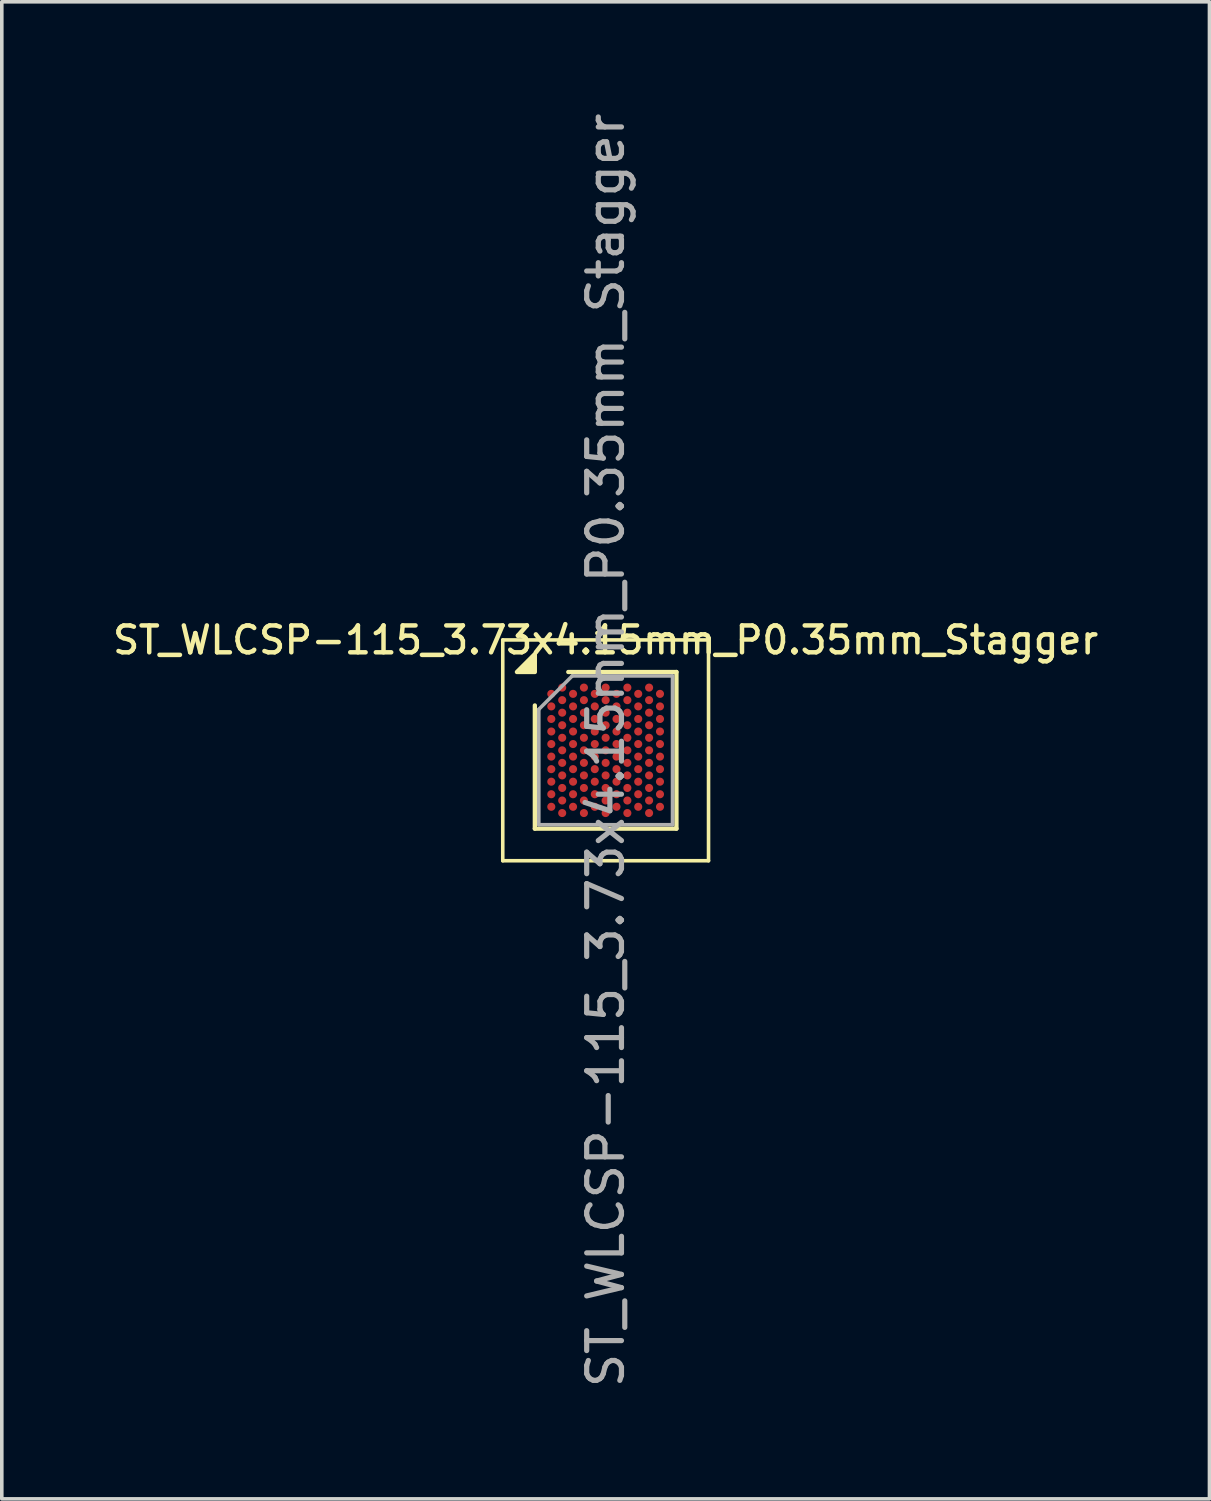
<source format=kicad_pcb>
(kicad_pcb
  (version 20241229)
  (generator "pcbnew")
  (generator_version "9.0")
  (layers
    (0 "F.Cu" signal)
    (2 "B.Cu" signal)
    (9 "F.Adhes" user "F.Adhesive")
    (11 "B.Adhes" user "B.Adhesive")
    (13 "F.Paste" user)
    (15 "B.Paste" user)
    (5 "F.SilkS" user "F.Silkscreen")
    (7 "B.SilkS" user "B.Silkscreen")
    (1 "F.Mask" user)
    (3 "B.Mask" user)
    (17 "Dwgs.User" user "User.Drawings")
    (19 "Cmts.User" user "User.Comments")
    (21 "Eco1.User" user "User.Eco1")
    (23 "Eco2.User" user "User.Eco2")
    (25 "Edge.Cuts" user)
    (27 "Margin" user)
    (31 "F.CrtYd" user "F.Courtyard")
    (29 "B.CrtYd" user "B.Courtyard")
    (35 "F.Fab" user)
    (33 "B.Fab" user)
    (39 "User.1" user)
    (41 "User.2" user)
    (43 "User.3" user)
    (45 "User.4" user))
  (footprint "ST_WLCSP-115_3.73x4.15mm_P0.35mm_Stagger"
    (layer "F.Cu")
    (at 13.845 17.881)
    (property "Reference" "ST_WLCSP-115_3.73x4.15mm_P0.35mm_Stagger" (at 0 -3.075 0) (layer "F.SilkS") (effects (font (size 0.75 0.75) (thickness 0.125))))
    (attr smd)
    (fp_line (start -2.87 -3.08) (end -2.87 3.08) (stroke (width 0.1) (type solid)) (layer "F.SilkS"))
    (fp_line (start -2.87 3.08) (end 2.87 3.08) (stroke (width 0.1) (type solid)) (layer "F.SilkS"))
    (fp_line (start -1.975 2.185) (end -1.975 -1.252) (stroke (width 0.12) (type solid)) (layer "F.SilkS"))
    (fp_line (start -1.042 -2.185) (end 1.975 -2.185) (stroke (width 0.12) (type solid)) (layer "F.SilkS"))
    (fp_line (start 1.975 -2.185) (end 1.975 2.185) (stroke (width 0.12) (type solid)) (layer "F.SilkS"))
    (fp_line (start 1.975 2.185) (end -1.975 2.185) (stroke (width 0.12) (type solid)) (layer "F.SilkS"))
    (fp_line (start 2.87 -3.08) (end -2.87 -3.08) (stroke (width 0.1) (type solid)) (layer "F.SilkS"))
    (fp_line (start 2.87 3.08) (end 2.87 -3.08) (stroke (width 0.1) (type solid)) (layer "F.SilkS"))
    (fp_poly (pts (xy -1.975 -2.185) (xy -2.475 -2.185) (xy -1.975 -2.685) (xy -1.975 -2.185)) (stroke (width 0.12) (type solid)) (fill yes) (layer "F.SilkS"))
    (fp_line (start -1.865 -1.143) (end -0.932 -2.075) (stroke (width 0.1) (type solid)) (layer "F.Fab"))
    (fp_line (start -1.865 2.075) (end -1.865 -1.143) (stroke (width 0.1) (type solid)) (layer "F.Fab"))
    (fp_line (start -0.932 -2.075) (end 1.865 -2.075) (stroke (width 0.1) (type solid)) (layer "F.Fab"))
    (fp_line (start 1.865 -2.075) (end 1.865 2.075) (stroke (width 0.1) (type solid)) (layer "F.Fab"))
    (fp_line (start 1.865 2.075) (end -1.865 2.075) (stroke (width 0.1) (type solid)) (layer "F.Fab"))
    (fp_text user "${REFERENCE}" (at 0 0 270) (layer "F.Fab") (effects (font (size 0.97 0.97) (thickness 0.145))))
    (pad "A2" smd circle (at -1.212 -1.75) (size 0.225 0.225) (property pad_prop_bga) (layers "F.Cu" "F.Mask" "F.Paste"))
    (pad "A4" smd circle (at -0.606 -1.75) (size 0.225 0.225) (property pad_prop_bga) (layers "F.Cu" "F.Mask" "F.Paste"))
    (pad "A6" smd circle (at 0 -1.75) (size 0.225 0.225) (property pad_prop_bga) (layers "F.Cu" "F.Mask" "F.Paste"))
    (pad "A8" smd circle (at 0.606 -1.75) (size 0.225 0.225) (property pad_prop_bga) (layers "F.Cu" "F.Mask" "F.Paste"))
    (pad "A10" smd circle (at 1.212 -1.75) (size 0.225 0.225) (property pad_prop_bga) (layers "F.Cu" "F.Mask" "F.Paste"))
    (pad "AA2" smd circle (at -1.212 1.75) (size 0.225 0.225) (property pad_prop_bga) (layers "F.Cu" "F.Mask" "F.Paste"))
    (pad "AA4" smd circle (at -0.606 1.75) (size 0.225 0.225) (property pad_prop_bga) (layers "F.Cu" "F.Mask" "F.Paste"))
    (pad "AA6" smd circle (at 0 1.75) (size 0.225 0.225) (property pad_prop_bga) (layers "F.Cu" "F.Mask" "F.Paste"))
    (pad "AA8" smd circle (at 0.606 1.75) (size 0.225 0.225) (property pad_prop_bga) (layers "F.Cu" "F.Mask" "F.Paste"))
    (pad "AA10" smd circle (at 1.212 1.75) (size 0.225 0.225) (property pad_prop_bga) (layers "F.Cu" "F.Mask" "F.Paste"))
    (pad "B1" smd circle (at -1.516 -1.575) (size 0.225 0.225) (property pad_prop_bga) (layers "F.Cu" "F.Mask" "F.Paste"))
    (pad "B3" smd circle (at -0.909 -1.575) (size 0.225 0.225) (property pad_prop_bga) (layers "F.Cu" "F.Mask" "F.Paste"))
    (pad "B5" smd circle (at -0.303 -1.575) (size 0.225 0.225) (property pad_prop_bga) (layers "F.Cu" "F.Mask" "F.Paste"))
    (pad "B7" smd circle (at 0.303 -1.575) (size 0.225 0.225) (property pad_prop_bga) (layers "F.Cu" "F.Mask" "F.Paste"))
    (pad "B9" smd circle (at 0.909 -1.575) (size 0.225 0.225) (property pad_prop_bga) (layers "F.Cu" "F.Mask" "F.Paste"))
    (pad "B11" smd circle (at 1.516 -1.575) (size 0.225 0.225) (property pad_prop_bga) (layers "F.Cu" "F.Mask" "F.Paste"))
    (pad "C2" smd circle (at -1.212 -1.4) (size 0.225 0.225) (property pad_prop_bga) (layers "F.Cu" "F.Mask" "F.Paste"))
    (pad "C4" smd circle (at -0.606 -1.4) (size 0.225 0.225) (property pad_prop_bga) (layers "F.Cu" "F.Mask" "F.Paste"))
    (pad "C6" smd circle (at 0 -1.4) (size 0.225 0.225) (property pad_prop_bga) (layers "F.Cu" "F.Mask" "F.Paste"))
    (pad "C8" smd circle (at 0.606 -1.4) (size 0.225 0.225) (property pad_prop_bga) (layers "F.Cu" "F.Mask" "F.Paste"))
    (pad "C10" smd circle (at 1.212 -1.4) (size 0.225 0.225) (property pad_prop_bga) (layers "F.Cu" "F.Mask" "F.Paste"))
    (pad "D1" smd circle (at -1.516 -1.225) (size 0.225 0.225) (property pad_prop_bga) (layers "F.Cu" "F.Mask" "F.Paste"))
    (pad "D3" smd circle (at -0.909 -1.225) (size 0.225 0.225) (property pad_prop_bga) (layers "F.Cu" "F.Mask" "F.Paste"))
    (pad "D5" smd circle (at -0.303 -1.225) (size 0.225 0.225) (property pad_prop_bga) (layers "F.Cu" "F.Mask" "F.Paste"))
    (pad "D7" smd circle (at 0.303 -1.225) (size 0.225 0.225) (property pad_prop_bga) (layers "F.Cu" "F.Mask" "F.Paste"))
    (pad "D9" smd circle (at 0.909 -1.225) (size 0.225 0.225) (property pad_prop_bga) (layers "F.Cu" "F.Mask" "F.Paste"))
    (pad "D11" smd circle (at 1.516 -1.225) (size 0.225 0.225) (property pad_prop_bga) (layers "F.Cu" "F.Mask" "F.Paste"))
    (pad "E2" smd circle (at -1.212 -1.05) (size 0.225 0.225) (property pad_prop_bga) (layers "F.Cu" "F.Mask" "F.Paste"))
    (pad "E4" smd circle (at -0.606 -1.05) (size 0.225 0.225) (property pad_prop_bga) (layers "F.Cu" "F.Mask" "F.Paste"))
    (pad "E6" smd circle (at 0 -1.05) (size 0.225 0.225) (property pad_prop_bga) (layers "F.Cu" "F.Mask" "F.Paste"))
    (pad "E8" smd circle (at 0.606 -1.05) (size 0.225 0.225) (property pad_prop_bga) (layers "F.Cu" "F.Mask" "F.Paste"))
    (pad "E10" smd circle (at 1.212 -1.05) (size 0.225 0.225) (property pad_prop_bga) (layers "F.Cu" "F.Mask" "F.Paste"))
    (pad "F1" smd circle (at -1.516 -0.875) (size 0.225 0.225) (property pad_prop_bga) (layers "F.Cu" "F.Mask" "F.Paste"))
    (pad "F3" smd circle (at -0.909 -0.875) (size 0.225 0.225) (property pad_prop_bga) (layers "F.Cu" "F.Mask" "F.Paste"))
    (pad "F5" smd circle (at -0.303 -0.875) (size 0.225 0.225) (property pad_prop_bga) (layers "F.Cu" "F.Mask" "F.Paste"))
    (pad "F7" smd circle (at 0.303 -0.875) (size 0.225 0.225) (property pad_prop_bga) (layers "F.Cu" "F.Mask" "F.Paste"))
    (pad "F9" smd circle (at 0.909 -0.875) (size 0.225 0.225) (property pad_prop_bga) (layers "F.Cu" "F.Mask" "F.Paste"))
    (pad "F11" smd circle (at 1.516 -0.875) (size 0.225 0.225) (property pad_prop_bga) (layers "F.Cu" "F.Mask" "F.Paste"))
    (pad "G2" smd circle (at -1.212 -0.7) (size 0.225 0.225) (property pad_prop_bga) (layers "F.Cu" "F.Mask" "F.Paste"))
    (pad "G4" smd circle (at -0.606 -0.7) (size 0.225 0.225) (property pad_prop_bga) (layers "F.Cu" "F.Mask" "F.Paste"))
    (pad "G6" smd circle (at 0 -0.7) (size 0.225 0.225) (property pad_prop_bga) (layers "F.Cu" "F.Mask" "F.Paste"))
    (pad "G8" smd circle (at 0.606 -0.7) (size 0.225 0.225) (property pad_prop_bga) (layers "F.Cu" "F.Mask" "F.Paste"))
    (pad "G10" smd circle (at 1.212 -0.7) (size 0.225 0.225) (property pad_prop_bga) (layers "F.Cu" "F.Mask" "F.Paste"))
    (pad "H1" smd circle (at -1.516 -0.525) (size 0.225 0.225) (property pad_prop_bga) (layers "F.Cu" "F.Mask" "F.Paste"))
    (pad "H3" smd circle (at -0.909 -0.525) (size 0.225 0.225) (property pad_prop_bga) (layers "F.Cu" "F.Mask" "F.Paste"))
    (pad "H5" smd circle (at -0.303 -0.525) (size 0.225 0.225) (property pad_prop_bga) (layers "F.Cu" "F.Mask" "F.Paste"))
    (pad "H7" smd circle (at 0.303 -0.525) (size 0.225 0.225) (property pad_prop_bga) (layers "F.Cu" "F.Mask" "F.Paste"))
    (pad "H9" smd circle (at 0.909 -0.525) (size 0.225 0.225) (property pad_prop_bga) (layers "F.Cu" "F.Mask" "F.Paste"))
    (pad "H11" smd circle (at 1.516 -0.525) (size 0.225 0.225) (property pad_prop_bga) (layers "F.Cu" "F.Mask" "F.Paste"))
    (pad "J2" smd circle (at -1.212 -0.35) (size 0.225 0.225) (property pad_prop_bga) (layers "F.Cu" "F.Mask" "F.Paste"))
    (pad "J4" smd circle (at -0.606 -0.35) (size 0.225 0.225) (property pad_prop_bga) (layers "F.Cu" "F.Mask" "F.Paste"))
    (pad "J6" smd circle (at 0 -0.35) (size 0.225 0.225) (property pad_prop_bga) (layers "F.Cu" "F.Mask" "F.Paste"))
    (pad "J8" smd circle (at 0.606 -0.35) (size 0.225 0.225) (property pad_prop_bga) (layers "F.Cu" "F.Mask" "F.Paste"))
    (pad "J10" smd circle (at 1.212 -0.35) (size 0.225 0.225) (property pad_prop_bga) (layers "F.Cu" "F.Mask" "F.Paste"))
    (pad "K1" smd circle (at -1.516 -0.175) (size 0.225 0.225) (property pad_prop_bga) (layers "F.Cu" "F.Mask" "F.Paste"))
    (pad "K3" smd circle (at -0.909 -0.175) (size 0.225 0.225) (property pad_prop_bga) (layers "F.Cu" "F.Mask" "F.Paste"))
    (pad "K5" smd circle (at -0.303 -0.175) (size 0.225 0.225) (property pad_prop_bga) (layers "F.Cu" "F.Mask" "F.Paste"))
    (pad "K7" smd circle (at 0.303 -0.175) (size 0.225 0.225) (property pad_prop_bga) (layers "F.Cu" "F.Mask" "F.Paste"))
    (pad "K9" smd circle (at 0.909 -0.175) (size 0.225 0.225) (property pad_prop_bga) (layers "F.Cu" "F.Mask" "F.Paste"))
    (pad "K11" smd circle (at 1.516 -0.175) (size 0.225 0.225) (property pad_prop_bga) (layers "F.Cu" "F.Mask" "F.Paste"))
    (pad "L2" smd circle (at -1.212 0) (size 0.225 0.225) (property pad_prop_bga) (layers "F.Cu" "F.Mask" "F.Paste"))
    (pad "L4" smd circle (at -0.606 0) (size 0.225 0.225) (property pad_prop_bga) (layers "F.Cu" "F.Mask" "F.Paste"))
    (pad "L6" smd circle (at 0 0) (size 0.225 0.225) (property pad_prop_bga) (layers "F.Cu" "F.Mask" "F.Paste"))
    (pad "L8" smd circle (at 0.606 0) (size 0.225 0.225) (property pad_prop_bga) (layers "F.Cu" "F.Mask" "F.Paste"))
    (pad "L10" smd circle (at 1.212 0) (size 0.225 0.225) (property pad_prop_bga) (layers "F.Cu" "F.Mask" "F.Paste"))
    (pad "M1" smd circle (at -1.516 0.175) (size 0.225 0.225) (property pad_prop_bga) (layers "F.Cu" "F.Mask" "F.Paste"))
    (pad "M3" smd circle (at -0.909 0.175) (size 0.225 0.225) (property pad_prop_bga) (layers "F.Cu" "F.Mask" "F.Paste"))
    (pad "M5" smd circle (at -0.303 0.175) (size 0.225 0.225) (property pad_prop_bga) (layers "F.Cu" "F.Mask" "F.Paste"))
    (pad "M7" smd circle (at 0.303 0.175) (size 0.225 0.225) (property pad_prop_bga) (layers "F.Cu" "F.Mask" "F.Paste"))
    (pad "M9" smd circle (at 0.909 0.175) (size 0.225 0.225) (property pad_prop_bga) (layers "F.Cu" "F.Mask" "F.Paste"))
    (pad "M11" smd circle (at 1.516 0.175) (size 0.225 0.225) (property pad_prop_bga) (layers "F.Cu" "F.Mask" "F.Paste"))
    (pad "N2" smd circle (at -1.212 0.35) (size 0.225 0.225) (property pad_prop_bga) (layers "F.Cu" "F.Mask" "F.Paste"))
    (pad "N4" smd circle (at -0.606 0.35) (size 0.225 0.225) (property pad_prop_bga) (layers "F.Cu" "F.Mask" "F.Paste"))
    (pad "N6" smd circle (at 0 0.35) (size 0.225 0.225) (property pad_prop_bga) (layers "F.Cu" "F.Mask" "F.Paste"))
    (pad "N8" smd circle (at 0.606 0.35) (size 0.225 0.225) (property pad_prop_bga) (layers "F.Cu" "F.Mask" "F.Paste"))
    (pad "N10" smd circle (at 1.212 0.35) (size 0.225 0.225) (property pad_prop_bga) (layers "F.Cu" "F.Mask" "F.Paste"))
    (pad "P1" smd circle (at -1.516 0.525) (size 0.225 0.225) (property pad_prop_bga) (layers "F.Cu" "F.Mask" "F.Paste"))
    (pad "P3" smd circle (at -0.909 0.525) (size 0.225 0.225) (property pad_prop_bga) (layers "F.Cu" "F.Mask" "F.Paste"))
    (pad "P5" smd circle (at -0.303 0.525) (size 0.225 0.225) (property pad_prop_bga) (layers "F.Cu" "F.Mask" "F.Paste"))
    (pad "P7" smd circle (at 0.303 0.525) (size 0.225 0.225) (property pad_prop_bga) (layers "F.Cu" "F.Mask" "F.Paste"))
    (pad "P9" smd circle (at 0.909 0.525) (size 0.225 0.225) (property pad_prop_bga) (layers "F.Cu" "F.Mask" "F.Paste"))
    (pad "P11" smd circle (at 1.516 0.525) (size 0.225 0.225) (property pad_prop_bga) (layers "F.Cu" "F.Mask" "F.Paste"))
    (pad "R2" smd circle (at -1.212 0.7) (size 0.225 0.225) (property pad_prop_bga) (layers "F.Cu" "F.Mask" "F.Paste"))
    (pad "R4" smd circle (at -0.606 0.7) (size 0.225 0.225) (property pad_prop_bga) (layers "F.Cu" "F.Mask" "F.Paste"))
    (pad "R6" smd circle (at 0 0.7) (size 0.225 0.225) (property pad_prop_bga) (layers "F.Cu" "F.Mask" "F.Paste"))
    (pad "R8" smd circle (at 0.606 0.7) (size 0.225 0.225) (property pad_prop_bga) (layers "F.Cu" "F.Mask" "F.Paste"))
    (pad "R10" smd circle (at 1.212 0.7) (size 0.225 0.225) (property pad_prop_bga) (layers "F.Cu" "F.Mask" "F.Paste"))
    (pad "T1" smd circle (at -1.516 0.875) (size 0.225 0.225) (property pad_prop_bga) (layers "F.Cu" "F.Mask" "F.Paste"))
    (pad "T3" smd circle (at -0.909 0.875) (size 0.225 0.225) (property pad_prop_bga) (layers "F.Cu" "F.Mask" "F.Paste"))
    (pad "T5" smd circle (at -0.303 0.875) (size 0.225 0.225) (property pad_prop_bga) (layers "F.Cu" "F.Mask" "F.Paste"))
    (pad "T7" smd circle (at 0.303 0.875) (size 0.225 0.225) (property pad_prop_bga) (layers "F.Cu" "F.Mask" "F.Paste"))
    (pad "T9" smd circle (at 0.909 0.875) (size 0.225 0.225) (property pad_prop_bga) (layers "F.Cu" "F.Mask" "F.Paste"))
    (pad "T11" smd circle (at 1.516 0.875) (size 0.225 0.225) (property pad_prop_bga) (layers "F.Cu" "F.Mask" "F.Paste"))
    (pad "U2" smd circle (at -1.212 1.05) (size 0.225 0.225) (property pad_prop_bga) (layers "F.Cu" "F.Mask" "F.Paste"))
    (pad "U4" smd circle (at -0.606 1.05) (size 0.225 0.225) (property pad_prop_bga) (layers "F.Cu" "F.Mask" "F.Paste"))
    (pad "U6" smd circle (at 0 1.05) (size 0.225 0.225) (property pad_prop_bga) (layers "F.Cu" "F.Mask" "F.Paste"))
    (pad "U8" smd circle (at 0.606 1.05) (size 0.225 0.225) (property pad_prop_bga) (layers "F.Cu" "F.Mask" "F.Paste"))
    (pad "U10" smd circle (at 1.212 1.05) (size 0.225 0.225) (property pad_prop_bga) (layers "F.Cu" "F.Mask" "F.Paste"))
    (pad "V1" smd circle (at -1.516 1.225) (size 0.225 0.225) (property pad_prop_bga) (layers "F.Cu" "F.Mask" "F.Paste"))
    (pad "V3" smd circle (at -0.909 1.225) (size 0.225 0.225) (property pad_prop_bga) (layers "F.Cu" "F.Mask" "F.Paste"))
    (pad "V5" smd circle (at -0.303 1.225) (size 0.225 0.225) (property pad_prop_bga) (layers "F.Cu" "F.Mask" "F.Paste"))
    (pad "V7" smd circle (at 0.303 1.225) (size 0.225 0.225) (property pad_prop_bga) (layers "F.Cu" "F.Mask" "F.Paste"))
    (pad "V9" smd circle (at 0.909 1.225) (size 0.225 0.225) (property pad_prop_bga) (layers "F.Cu" "F.Mask" "F.Paste"))
    (pad "V11" smd circle (at 1.516 1.225) (size 0.225 0.225) (property pad_prop_bga) (layers "F.Cu" "F.Mask" "F.Paste"))
    (pad "W2" smd circle (at -1.212 1.4) (size 0.225 0.225) (property pad_prop_bga) (layers "F.Cu" "F.Mask" "F.Paste"))
    (pad "W4" smd circle (at -0.606 1.4) (size 0.225 0.225) (property pad_prop_bga) (layers "F.Cu" "F.Mask" "F.Paste"))
    (pad "W6" smd circle (at 0 1.4) (size 0.225 0.225) (property pad_prop_bga) (layers "F.Cu" "F.Mask" "F.Paste"))
    (pad "W8" smd circle (at 0.606 1.4) (size 0.225 0.225) (property pad_prop_bga) (layers "F.Cu" "F.Mask" "F.Paste"))
    (pad "W10" smd circle (at 1.212 1.4) (size 0.225 0.225) (property pad_prop_bga) (layers "F.Cu" "F.Mask" "F.Paste"))
    (pad "Y1" smd circle (at -1.516 1.575) (size 0.225 0.225) (property pad_prop_bga) (layers "F.Cu" "F.Mask" "F.Paste"))
    (pad "Y3" smd circle (at -0.909 1.575) (size 0.225 0.225) (property pad_prop_bga) (layers "F.Cu" "F.Mask" "F.Paste"))
    (pad "Y5" smd circle (at -0.303 1.575) (size 0.225 0.225) (property pad_prop_bga) (layers "F.Cu" "F.Mask" "F.Paste"))
    (pad "Y7" smd circle (at 0.303 1.575) (size 0.225 0.225) (property pad_prop_bga) (layers "F.Cu" "F.Mask" "F.Paste"))
    (pad "Y9" smd circle (at 0.909 1.575) (size 0.225 0.225) (property pad_prop_bga) (layers "F.Cu" "F.Mask" "F.Paste"))
    (pad "Y11" smd circle (at 1.516 1.575) (size 0.225 0.225) (property pad_prop_bga) (layers "F.Cu" "F.Mask" "F.Paste")))
  (gr_rect
    (start -3 -3)
    (end 30.689 38.763)
    (stroke (width 0.1) (type default))
    (fill no)
    (layer "Edge.Cuts")))
</source>
